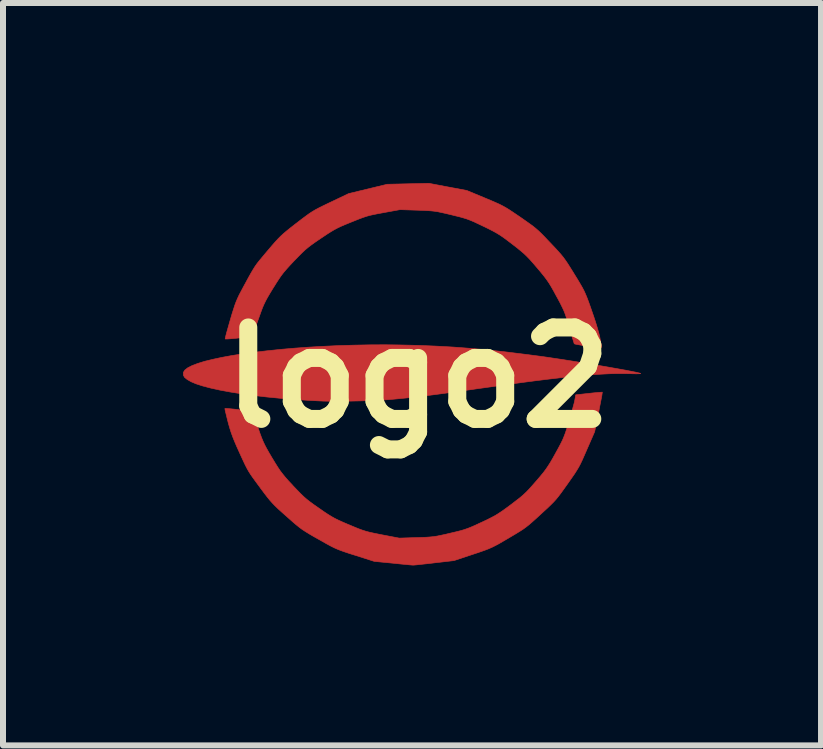
<source format=kicad_pcb>
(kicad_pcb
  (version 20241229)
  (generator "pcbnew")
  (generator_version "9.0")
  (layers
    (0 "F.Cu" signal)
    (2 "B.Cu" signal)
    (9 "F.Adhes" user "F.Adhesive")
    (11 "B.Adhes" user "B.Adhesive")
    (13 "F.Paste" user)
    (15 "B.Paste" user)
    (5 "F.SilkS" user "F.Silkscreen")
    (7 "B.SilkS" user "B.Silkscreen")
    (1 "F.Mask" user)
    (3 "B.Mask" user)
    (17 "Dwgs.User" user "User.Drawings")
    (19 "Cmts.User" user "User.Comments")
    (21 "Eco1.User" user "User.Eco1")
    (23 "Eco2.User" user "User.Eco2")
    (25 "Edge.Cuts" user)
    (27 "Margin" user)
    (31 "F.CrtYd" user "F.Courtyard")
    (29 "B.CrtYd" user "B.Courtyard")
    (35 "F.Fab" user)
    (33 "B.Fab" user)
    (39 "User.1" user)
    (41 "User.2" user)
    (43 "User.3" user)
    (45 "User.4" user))
  (footprint "logo2"
    (layer "F.Cu")
    (at 3.818 3.192)
    (property "Reference" "logo2" (at 0.1 0.05 0) (layer "F.SilkS") (effects (font (size 1.524 1.524) (thickness 0.3))))
    (attr through_hole)
    (fp_poly (pts (xy -0.207 -0.493) (xy 0.098 -0.486) (xy 0.393 -0.474) (xy 0.683 -0.458) (xy 0.974 -0.436) (xy 1.27 -0.409) (xy 1.578 -0.375) (xy 1.902 -0.335) (xy 2.139 -0.304) (xy 2.253 -0.288) (xy 2.379 -0.269) (xy 2.513 -0.249) (xy 2.653 -0.227) (xy 2.796 -0.204) (xy 2.94 -0.18) (xy 3.082 -0.156) (xy 3.219 -0.133) (xy 3.348 -0.11) (xy 3.466 -0.089) (xy 3.572 -0.07) (xy 3.662 -0.052) (xy 3.734 -0.038) (xy 3.784 -0.026) (xy 3.81 -0.018) (xy 3.807 -0.015) (xy 3.781 -0.013) (xy 3.736 -0.012) (xy 3.675 -0.013) (xy 3.642 -0.014) (xy 3.53 -0.016) (xy 3.411 -0.016) (xy 3.285 -0.013) (xy 3.15 -0.006) (xy 3.004 0.003) (xy 2.845 0.016) (xy 2.673 0.032) (xy 2.484 0.052) (xy 2.278 0.076) (xy 2.053 0.104) (xy 1.808 0.136) (xy 1.54 0.173) (xy 1.248 0.214) (xy 1.089 0.236) (xy 0.858 0.269) (xy 0.651 0.298) (xy 0.464 0.323) (xy 0.296 0.345) (xy 0.142 0.364) (xy 0.001 0.38) (xy -0.13 0.394) (xy -0.255 0.406) (xy -0.376 0.417) (xy -0.387 0.418) (xy -0.481 0.424) (xy -0.594 0.43) (xy -0.722 0.435) (xy -0.857 0.439) (xy -0.994 0.442) (xy -1.129 0.445) (xy -1.255 0.446) (xy -1.366 0.445) (xy -1.457 0.443) (xy -1.471 0.443) (xy -1.717 0.431) (xy -1.959 0.415) (xy -2.195 0.396) (xy -2.422 0.374) (xy -2.638 0.349) (xy -2.842 0.321) (xy -3.032 0.291) (xy -3.205 0.259) (xy -3.359 0.225) (xy -3.492 0.19) (xy -3.603 0.154) (xy -3.683 0.12) (xy -3.749 0.082) (xy -3.792 0.047) (xy -3.812 0.011) (xy -3.813 -0.028) (xy -3.812 -0.035) (xy -3.789 -0.073) (xy -3.741 -0.111) (xy -3.669 -0.148) (xy -3.575 -0.184) (xy -3.459 -0.22) (xy -3.324 -0.253) (xy -3.171 -0.286) (xy -3.001 -0.317) (xy -2.816 -0.346) (xy -2.617 -0.373) (xy -2.406 -0.397) (xy -2.183 -0.42) (xy -1.952 -0.44) (xy -1.712 -0.457) (xy -1.465 -0.471) (xy -1.213 -0.483) (xy -0.957 -0.49) (xy -0.699 -0.495) (xy -0.44 -0.496) (xy -0.207 -0.493)) (stroke (width 0.01) (type solid)) (fill yes) (layer "F.Cu"))
    (fp_poly (pts (xy 0.596 -3.127) (xy 0.911 -3.068) (xy 1.217 -2.941) (xy 1.313 -2.901) (xy 1.389 -2.868) (xy 1.452 -2.84) (xy 1.507 -2.812) (xy 1.56 -2.783) (xy 1.615 -2.749) (xy 1.679 -2.707) (xy 1.757 -2.654) (xy 1.8 -2.625) (xy 1.886 -2.565) (xy 1.955 -2.516) (xy 2.012 -2.475) (xy 2.061 -2.435) (xy 2.107 -2.395) (xy 2.155 -2.349) (xy 2.21 -2.293) (xy 2.276 -2.223) (xy 2.304 -2.194) (xy 2.376 -2.118) (xy 2.433 -2.056) (xy 2.48 -2.003) (xy 2.52 -1.954) (xy 2.557 -1.903) (xy 2.595 -1.847) (xy 2.638 -1.779) (xy 2.691 -1.694) (xy 2.706 -1.669) (xy 2.76 -1.582) (xy 2.802 -1.511) (xy 2.836 -1.452) (xy 2.864 -1.399) (xy 2.888 -1.346) (xy 2.912 -1.289) (xy 2.938 -1.221) (xy 2.968 -1.137) (xy 2.993 -1.065) (xy 3.026 -0.97) (xy 3.057 -0.876) (xy 3.084 -0.788) (xy 3.106 -0.711) (xy 3.122 -0.651) (xy 3.128 -0.625) (xy 3.138 -0.568) (xy 3.148 -0.518) (xy 3.155 -0.483) (xy 3.157 -0.475) (xy 3.159 -0.462) (xy 3.156 -0.453) (xy 3.144 -0.448) (xy 3.12 -0.447) (xy 3.081 -0.45) (xy 3.024 -0.458) (xy 2.945 -0.469) (xy 2.898 -0.476) (xy 2.83 -0.487) (xy 2.772 -0.497) (xy 2.729 -0.505) (xy 2.706 -0.511) (xy 2.703 -0.512) (xy 2.698 -0.526) (xy 2.687 -0.562) (xy 2.67 -0.616) (xy 2.65 -0.684) (xy 2.627 -0.762) (xy 2.62 -0.786) (xy 2.594 -0.877) (xy 2.571 -0.95) (xy 2.55 -1.011) (xy 2.528 -1.067) (xy 2.501 -1.124) (xy 2.469 -1.189) (xy 2.427 -1.268) (xy 2.405 -1.307) (xy 2.357 -1.396) (xy 2.316 -1.468) (xy 2.279 -1.528) (xy 2.241 -1.583) (xy 2.199 -1.639) (xy 2.147 -1.703) (xy 2.083 -1.779) (xy 2.017 -1.856) (xy 1.963 -1.917) (xy 1.914 -1.968) (xy 1.865 -2.015) (xy 1.811 -2.061) (xy 1.746 -2.114) (xy 1.671 -2.172) (xy 1.591 -2.233) (xy 1.525 -2.282) (xy 1.468 -2.321) (xy 1.411 -2.356) (xy 1.35 -2.39) (xy 1.278 -2.427) (xy 1.188 -2.471) (xy 1.185 -2.472) (xy 1.097 -2.514) (xy 1.027 -2.547) (xy 0.967 -2.572) (xy 0.911 -2.593) (xy 0.853 -2.611) (xy 0.785 -2.63) (xy 0.702 -2.65) (xy 0.65 -2.663) (xy 0.558 -2.685) (xy 0.485 -2.701) (xy 0.424 -2.714) (xy 0.369 -2.722) (xy 0.313 -2.728) (xy 0.249 -2.732) (xy 0.172 -2.736) (xy 0.085 -2.739) (xy -0.203 -2.748) (xy -0.476 -2.698) (xy -0.569 -2.681) (xy -0.643 -2.666) (xy -0.706 -2.652) (xy -0.763 -2.636) (xy -0.822 -2.616) (xy -0.889 -2.591) (xy -0.971 -2.558) (xy -1.016 -2.54) (xy -1.107 -2.503) (xy -1.18 -2.472) (xy -1.241 -2.443) (xy -1.296 -2.414) (xy -1.352 -2.381) (xy -1.415 -2.341) (xy -1.491 -2.29) (xy -1.527 -2.266) (xy -1.611 -2.209) (xy -1.678 -2.161) (xy -1.733 -2.119) (xy -1.783 -2.077) (xy -1.832 -2.031) (xy -1.887 -1.976) (xy -1.953 -1.908) (xy -1.97 -1.891) (xy -2.039 -1.817) (xy -2.094 -1.756) (xy -2.14 -1.702) (xy -2.18 -1.65) (xy -2.22 -1.592) (xy -2.264 -1.524) (xy -2.317 -1.439) (xy -2.318 -1.438) (xy -2.369 -1.354) (xy -2.409 -1.286) (xy -2.441 -1.227) (xy -2.468 -1.171) (xy -2.494 -1.111) (xy -2.52 -1.041) (xy -2.551 -0.954) (xy -2.562 -0.923) (xy -2.591 -0.843) (xy -2.617 -0.771) (xy -2.639 -0.711) (xy -2.655 -0.668) (xy -2.665 -0.644) (xy -2.667 -0.641) (xy -2.683 -0.637) (xy -2.719 -0.63) (xy -2.772 -0.623) (xy -2.834 -0.615) (xy -2.901 -0.608) (xy -2.967 -0.601) (xy -3.027 -0.596) (xy -3.075 -0.593) (xy -3.106 -0.592) (xy -3.115 -0.594) (xy -3.113 -0.608) (xy -3.105 -0.644) (xy -3.091 -0.699) (xy -3.071 -0.769) (xy -3.048 -0.85) (xy -3.029 -0.916) (xy -3 -1.015) (xy -2.975 -1.093) (xy -2.954 -1.158) (xy -2.933 -1.214) (xy -2.91 -1.268) (xy -2.883 -1.326) (xy -2.848 -1.392) (xy -2.805 -1.473) (xy -2.778 -1.522) (xy -2.729 -1.613) (xy -2.688 -1.686) (xy -2.653 -1.746) (xy -2.62 -1.799) (xy -2.585 -1.849) (xy -2.544 -1.901) (xy -2.494 -1.961) (xy -2.432 -2.035) (xy -2.404 -2.068) (xy -2.336 -2.148) (xy -2.28 -2.212) (xy -2.232 -2.264) (xy -2.187 -2.309) (xy -2.141 -2.351) (xy -2.089 -2.395) (xy -2.027 -2.445) (xy -1.949 -2.506) (xy -1.924 -2.525) (xy -1.841 -2.589) (xy -1.774 -2.639) (xy -1.718 -2.68) (xy -1.666 -2.714) (xy -1.614 -2.745) (xy -1.556 -2.776) (xy -1.488 -2.81) (xy -1.403 -2.851) (xy -1.359 -2.872) (xy -1.057 -3.016) (xy -0.415 -3.171) (xy -0.067 -3.179) (xy 0.28 -3.187) (xy 0.596 -3.127)) (stroke (width 0.01) (type solid)) (fill yes) (layer "F.Cu"))
    (fp_poly (pts (xy 3.17 0.294) (xy 3.168 0.308) (xy 3.163 0.345) (xy 3.153 0.4) (xy 3.139 0.471) (xy 3.123 0.554) (xy 3.109 0.626) (xy 3.043 0.952) (xy 2.911 1.254) (xy 2.87 1.348) (xy 2.836 1.425) (xy 2.806 1.488) (xy 2.777 1.543) (xy 2.745 1.596) (xy 2.709 1.653) (xy 2.664 1.718) (xy 2.608 1.798) (xy 2.589 1.825) (xy 2.529 1.909) (xy 2.48 1.977) (xy 2.438 2.032) (xy 2.399 2.08) (xy 2.358 2.125) (xy 2.311 2.172) (xy 2.255 2.226) (xy 2.185 2.29) (xy 2.146 2.326) (xy 2.068 2.398) (xy 2.005 2.454) (xy 1.952 2.5) (xy 1.903 2.539) (xy 1.854 2.575) (xy 1.8 2.61) (xy 1.735 2.65) (xy 1.656 2.697) (xy 1.609 2.725) (xy 1.52 2.777) (xy 1.448 2.819) (xy 1.388 2.851) (xy 1.334 2.878) (xy 1.28 2.902) (xy 1.221 2.925) (xy 1.151 2.95) (xy 1.065 2.979) (xy 1.011 2.997) (xy 0.698 3.101) (xy 0.369 3.139) (xy 0.277 3.15) (xy 0.193 3.159) (xy 0.12 3.167) (xy 0.063 3.173) (xy 0.026 3.176) (xy 0.013 3.176) (xy -0.007 3.175) (xy -0.051 3.171) (xy -0.112 3.165) (xy -0.187 3.158) (xy -0.273 3.149) (xy -0.322 3.144) (xy -0.63 3.114) (xy -0.947 3.013) (xy -1.046 2.982) (xy -1.124 2.956) (xy -1.189 2.933) (xy -1.245 2.911) (xy -1.299 2.887) (xy -1.355 2.859) (xy -1.42 2.824) (xy -1.499 2.779) (xy -1.554 2.748) (xy -1.645 2.697) (xy -1.718 2.654) (xy -1.778 2.617) (xy -1.83 2.583) (xy -1.88 2.546) (xy -1.932 2.504) (xy -1.992 2.453) (xy -2.064 2.389) (xy -2.092 2.364) (xy -2.17 2.295) (xy -2.233 2.238) (xy -2.284 2.189) (xy -2.328 2.143) (xy -2.37 2.096) (xy -2.414 2.042) (xy -2.464 1.977) (xy -2.524 1.897) (xy -2.538 1.877) (xy -2.6 1.793) (xy -2.649 1.726) (xy -2.689 1.669) (xy -2.722 1.617) (xy -2.751 1.566) (xy -2.781 1.508) (xy -2.813 1.44) (xy -2.852 1.356) (xy -2.875 1.305) (xy -2.923 1.199) (xy -2.961 1.11) (xy -2.991 1.035) (xy -3.016 0.966) (xy -3.038 0.897) (xy -3.059 0.824) (xy -3.069 0.786) (xy -3.087 0.714) (xy -3.102 0.652) (xy -3.114 0.604) (xy -3.119 0.574) (xy -3.12 0.566) (xy -3.104 0.565) (xy -3.067 0.567) (xy -3.015 0.572) (xy -2.952 0.578) (xy -2.885 0.586) (xy -2.819 0.594) (xy -2.758 0.602) (xy -2.709 0.609) (xy -2.678 0.615) (xy -2.668 0.619) (xy -2.66 0.635) (xy -2.645 0.672) (xy -2.624 0.727) (xy -2.6 0.795) (xy -2.572 0.872) (xy -2.566 0.891) (xy -2.535 0.981) (xy -2.508 1.054) (xy -2.482 1.116) (xy -2.455 1.174) (xy -2.424 1.233) (xy -2.385 1.302) (xy -2.335 1.387) (xy -2.33 1.395) (xy -2.278 1.481) (xy -2.235 1.549) (xy -2.196 1.607) (xy -2.156 1.659) (xy -2.112 1.713) (xy -2.059 1.773) (xy -1.991 1.845) (xy -1.984 1.854) (xy -1.914 1.927) (xy -1.857 1.986) (xy -1.806 2.035) (xy -1.757 2.078) (xy -1.703 2.12) (xy -1.639 2.167) (xy -1.559 2.223) (xy -1.549 2.23) (xy -1.467 2.287) (xy -1.399 2.332) (xy -1.34 2.368) (xy -1.283 2.4) (xy -1.221 2.43) (xy -1.148 2.463) (xy -1.057 2.502) (xy -1.051 2.504) (xy -0.963 2.541) (xy -0.892 2.57) (xy -0.832 2.592) (xy -0.776 2.61) (xy -0.717 2.626) (xy -0.65 2.641) (xy -0.567 2.658) (xy -0.502 2.671) (xy -0.214 2.726) (xy 0.073 2.717) (xy 0.17 2.714) (xy 0.246 2.711) (xy 0.309 2.706) (xy 0.366 2.7) (xy 0.423 2.691) (xy 0.486 2.678) (xy 0.564 2.661) (xy 0.635 2.644) (xy 0.729 2.622) (xy 0.805 2.603) (xy 0.867 2.585) (xy 0.925 2.565) (xy 0.983 2.542) (xy 1.05 2.513) (xy 1.131 2.475) (xy 1.164 2.46) (xy 1.253 2.418) (xy 1.324 2.382) (xy 1.386 2.349) (xy 1.442 2.314) (xy 1.501 2.275) (xy 1.568 2.227) (xy 1.649 2.167) (xy 1.652 2.165) (xy 1.732 2.103) (xy 1.797 2.053) (xy 1.85 2.008) (xy 1.898 1.963) (xy 1.945 1.915) (xy 1.997 1.857) (xy 2.06 1.785) (xy 2.069 1.775) (xy 2.134 1.699) (xy 2.186 1.636) (xy 2.229 1.579) (xy 2.267 1.523) (xy 2.306 1.461) (xy 2.349 1.387) (xy 2.391 1.311) (xy 2.439 1.224) (xy 2.476 1.154) (xy 2.506 1.094) (xy 2.53 1.037) (xy 2.553 0.977) (xy 2.576 0.907) (xy 2.603 0.821) (xy 2.612 0.79) (xy 2.638 0.703) (xy 2.662 0.618) (xy 2.683 0.541) (xy 2.7 0.478) (xy 2.71 0.434) (xy 2.711 0.43) (xy 2.727 0.338) (xy 2.946 0.314) (xy 3.019 0.306) (xy 3.083 0.3) (xy 3.132 0.296) (xy 3.162 0.294) (xy 3.17 0.294)) (stroke (width 0.01) (type solid)) (fill yes) (layer "F.Cu"))
    (fp_poly (pts (xy -0.207 -0.493) (xy 0.098 -0.486) (xy 0.393 -0.474) (xy 0.683 -0.458) (xy 0.974 -0.436) (xy 1.27 -0.409) (xy 1.578 -0.375) (xy 1.902 -0.335) (xy 2.139 -0.304) (xy 2.253 -0.288) (xy 2.379 -0.269) (xy 2.513 -0.249) (xy 2.653 -0.227) (xy 2.796 -0.204) (xy 2.94 -0.18) (xy 3.082 -0.156) (xy 3.219 -0.133) (xy 3.348 -0.11) (xy 3.466 -0.089) (xy 3.572 -0.07) (xy 3.662 -0.052) (xy 3.734 -0.038) (xy 3.784 -0.026) (xy 3.81 -0.018) (xy 3.807 -0.015) (xy 3.781 -0.013) (xy 3.736 -0.012) (xy 3.675 -0.013) (xy 3.642 -0.014) (xy 3.53 -0.016) (xy 3.411 -0.016) (xy 3.285 -0.013) (xy 3.15 -0.006) (xy 3.004 0.003) (xy 2.845 0.016) (xy 2.673 0.032) (xy 2.484 0.052) (xy 2.278 0.076) (xy 2.053 0.104) (xy 1.808 0.136) (xy 1.54 0.173) (xy 1.248 0.214) (xy 1.089 0.236) (xy 0.858 0.269) (xy 0.651 0.298) (xy 0.464 0.323) (xy 0.296 0.345) (xy 0.142 0.364) (xy 0.001 0.38) (xy -0.13 0.394) (xy -0.255 0.406) (xy -0.376 0.417) (xy -0.387 0.418) (xy -0.481 0.424) (xy -0.594 0.43) (xy -0.722 0.435) (xy -0.857 0.439) (xy -0.994 0.442) (xy -1.129 0.445) (xy -1.255 0.446) (xy -1.366 0.445) (xy -1.457 0.443) (xy -1.471 0.443) (xy -1.717 0.431) (xy -1.959 0.415) (xy -2.195 0.396) (xy -2.422 0.374) (xy -2.638 0.349) (xy -2.842 0.321) (xy -3.032 0.291) (xy -3.205 0.259) (xy -3.359 0.225) (xy -3.492 0.19) (xy -3.603 0.154) (xy -3.683 0.12) (xy -3.749 0.082) (xy -3.792 0.047) (xy -3.812 0.011) (xy -3.813 -0.028) (xy -3.812 -0.035) (xy -3.789 -0.073) (xy -3.741 -0.111) (xy -3.669 -0.148) (xy -3.575 -0.184) (xy -3.459 -0.22) (xy -3.324 -0.253) (xy -3.171 -0.286) (xy -3.001 -0.317) (xy -2.816 -0.346) (xy -2.617 -0.373) (xy -2.406 -0.397) (xy -2.183 -0.42) (xy -1.952 -0.44) (xy -1.712 -0.457) (xy -1.465 -0.471) (xy -1.213 -0.483) (xy -0.957 -0.49) (xy -0.699 -0.495) (xy -0.44 -0.496) (xy -0.207 -0.493)) (stroke (width 0.01) (type solid)) (fill yes) (layer "F.Mask"))
    (fp_poly (pts (xy 0.596 -3.127) (xy 0.911 -3.068) (xy 1.217 -2.941) (xy 1.313 -2.901) (xy 1.389 -2.868) (xy 1.452 -2.84) (xy 1.507 -2.812) (xy 1.56 -2.783) (xy 1.615 -2.749) (xy 1.679 -2.707) (xy 1.757 -2.654) (xy 1.8 -2.625) (xy 1.886 -2.565) (xy 1.955 -2.516) (xy 2.012 -2.475) (xy 2.061 -2.435) (xy 2.107 -2.395) (xy 2.155 -2.349) (xy 2.21 -2.293) (xy 2.276 -2.223) (xy 2.304 -2.194) (xy 2.376 -2.118) (xy 2.433 -2.056) (xy 2.48 -2.003) (xy 2.52 -1.954) (xy 2.557 -1.903) (xy 2.595 -1.847) (xy 2.638 -1.779) (xy 2.691 -1.694) (xy 2.706 -1.669) (xy 2.76 -1.582) (xy 2.802 -1.511) (xy 2.836 -1.452) (xy 2.864 -1.399) (xy 2.888 -1.346) (xy 2.912 -1.289) (xy 2.938 -1.221) (xy 2.968 -1.137) (xy 2.993 -1.065) (xy 3.026 -0.97) (xy 3.057 -0.876) (xy 3.084 -0.788) (xy 3.106 -0.711) (xy 3.122 -0.651) (xy 3.128 -0.625) (xy 3.138 -0.568) (xy 3.148 -0.518) (xy 3.155 -0.483) (xy 3.157 -0.475) (xy 3.159 -0.462) (xy 3.156 -0.453) (xy 3.144 -0.448) (xy 3.12 -0.447) (xy 3.081 -0.45) (xy 3.024 -0.458) (xy 2.945 -0.469) (xy 2.898 -0.476) (xy 2.83 -0.487) (xy 2.772 -0.497) (xy 2.729 -0.505) (xy 2.706 -0.511) (xy 2.703 -0.512) (xy 2.698 -0.526) (xy 2.687 -0.562) (xy 2.67 -0.616) (xy 2.65 -0.684) (xy 2.627 -0.762) (xy 2.62 -0.786) (xy 2.594 -0.877) (xy 2.571 -0.95) (xy 2.55 -1.011) (xy 2.528 -1.067) (xy 2.501 -1.124) (xy 2.469 -1.189) (xy 2.427 -1.268) (xy 2.405 -1.307) (xy 2.357 -1.396) (xy 2.316 -1.468) (xy 2.279 -1.528) (xy 2.241 -1.583) (xy 2.199 -1.639) (xy 2.147 -1.703) (xy 2.083 -1.779) (xy 2.017 -1.856) (xy 1.963 -1.917) (xy 1.914 -1.968) (xy 1.865 -2.015) (xy 1.811 -2.061) (xy 1.746 -2.114) (xy 1.671 -2.172) (xy 1.591 -2.233) (xy 1.525 -2.282) (xy 1.468 -2.321) (xy 1.411 -2.356) (xy 1.35 -2.39) (xy 1.278 -2.427) (xy 1.188 -2.471) (xy 1.185 -2.472) (xy 1.097 -2.514) (xy 1.027 -2.547) (xy 0.967 -2.572) (xy 0.911 -2.593) (xy 0.853 -2.611) (xy 0.785 -2.63) (xy 0.702 -2.65) (xy 0.65 -2.663) (xy 0.558 -2.685) (xy 0.485 -2.701) (xy 0.424 -2.714) (xy 0.369 -2.722) (xy 0.313 -2.728) (xy 0.249 -2.732) (xy 0.172 -2.736) (xy 0.085 -2.739) (xy -0.203 -2.748) (xy -0.476 -2.698) (xy -0.569 -2.681) (xy -0.643 -2.666) (xy -0.706 -2.652) (xy -0.763 -2.636) (xy -0.822 -2.616) (xy -0.889 -2.591) (xy -0.971 -2.558) (xy -1.016 -2.54) (xy -1.107 -2.503) (xy -1.18 -2.472) (xy -1.241 -2.443) (xy -1.296 -2.414) (xy -1.352 -2.381) (xy -1.415 -2.341) (xy -1.491 -2.29) (xy -1.527 -2.266) (xy -1.611 -2.209) (xy -1.678 -2.161) (xy -1.733 -2.119) (xy -1.783 -2.077) (xy -1.832 -2.031) (xy -1.887 -1.976) (xy -1.953 -1.908) (xy -1.97 -1.891) (xy -2.039 -1.817) (xy -2.094 -1.756) (xy -2.14 -1.702) (xy -2.18 -1.65) (xy -2.22 -1.592) (xy -2.264 -1.524) (xy -2.317 -1.439) (xy -2.318 -1.438) (xy -2.369 -1.354) (xy -2.409 -1.286) (xy -2.441 -1.227) (xy -2.468 -1.171) (xy -2.494 -1.111) (xy -2.52 -1.041) (xy -2.551 -0.954) (xy -2.562 -0.923) (xy -2.591 -0.843) (xy -2.617 -0.771) (xy -2.639 -0.711) (xy -2.655 -0.668) (xy -2.665 -0.644) (xy -2.667 -0.641) (xy -2.683 -0.637) (xy -2.719 -0.63) (xy -2.772 -0.623) (xy -2.834 -0.615) (xy -2.901 -0.608) (xy -2.967 -0.601) (xy -3.027 -0.596) (xy -3.075 -0.593) (xy -3.106 -0.592) (xy -3.115 -0.594) (xy -3.113 -0.608) (xy -3.105 -0.644) (xy -3.091 -0.699) (xy -3.071 -0.769) (xy -3.048 -0.85) (xy -3.029 -0.916) (xy -3 -1.015) (xy -2.975 -1.093) (xy -2.954 -1.158) (xy -2.933 -1.214) (xy -2.91 -1.268) (xy -2.883 -1.326) (xy -2.848 -1.392) (xy -2.805 -1.473) (xy -2.778 -1.522) (xy -2.729 -1.613) (xy -2.688 -1.686) (xy -2.653 -1.746) (xy -2.62 -1.799) (xy -2.585 -1.849) (xy -2.544 -1.901) (xy -2.494 -1.961) (xy -2.432 -2.035) (xy -2.404 -2.068) (xy -2.336 -2.148) (xy -2.28 -2.212) (xy -2.232 -2.264) (xy -2.187 -2.309) (xy -2.141 -2.351) (xy -2.089 -2.395) (xy -2.027 -2.445) (xy -1.949 -2.506) (xy -1.924 -2.525) (xy -1.841 -2.589) (xy -1.774 -2.639) (xy -1.718 -2.68) (xy -1.666 -2.714) (xy -1.614 -2.745) (xy -1.556 -2.776) (xy -1.488 -2.81) (xy -1.403 -2.851) (xy -1.359 -2.872) (xy -1.057 -3.016) (xy -0.415 -3.171) (xy -0.067 -3.179) (xy 0.28 -3.187) (xy 0.596 -3.127)) (stroke (width 0.01) (type solid)) (fill yes) (layer "F.Mask"))
    (fp_poly (pts (xy 3.17 0.294) (xy 3.168 0.308) (xy 3.163 0.345) (xy 3.153 0.4) (xy 3.139 0.471) (xy 3.123 0.554) (xy 3.109 0.626) (xy 3.043 0.952) (xy 2.911 1.254) (xy 2.87 1.348) (xy 2.836 1.425) (xy 2.806 1.488) (xy 2.777 1.543) (xy 2.745 1.596) (xy 2.709 1.653) (xy 2.664 1.718) (xy 2.608 1.798) (xy 2.589 1.825) (xy 2.529 1.909) (xy 2.48 1.977) (xy 2.438 2.032) (xy 2.399 2.08) (xy 2.358 2.125) (xy 2.311 2.172) (xy 2.255 2.226) (xy 2.185 2.29) (xy 2.146 2.326) (xy 2.068 2.398) (xy 2.005 2.454) (xy 1.952 2.5) (xy 1.903 2.539) (xy 1.854 2.575) (xy 1.8 2.61) (xy 1.735 2.65) (xy 1.656 2.697) (xy 1.609 2.725) (xy 1.52 2.777) (xy 1.448 2.819) (xy 1.388 2.851) (xy 1.334 2.878) (xy 1.28 2.902) (xy 1.221 2.925) (xy 1.151 2.95) (xy 1.065 2.979) (xy 1.011 2.997) (xy 0.698 3.101) (xy 0.369 3.139) (xy 0.277 3.15) (xy 0.193 3.159) (xy 0.12 3.167) (xy 0.063 3.173) (xy 0.026 3.176) (xy 0.013 3.176) (xy -0.007 3.175) (xy -0.051 3.171) (xy -0.112 3.165) (xy -0.187 3.158) (xy -0.273 3.149) (xy -0.322 3.144) (xy -0.63 3.114) (xy -0.947 3.013) (xy -1.046 2.982) (xy -1.124 2.956) (xy -1.189 2.933) (xy -1.245 2.911) (xy -1.299 2.887) (xy -1.355 2.859) (xy -1.42 2.824) (xy -1.499 2.779) (xy -1.554 2.748) (xy -1.645 2.697) (xy -1.718 2.654) (xy -1.778 2.617) (xy -1.83 2.583) (xy -1.88 2.546) (xy -1.932 2.504) (xy -1.992 2.453) (xy -2.064 2.389) (xy -2.092 2.364) (xy -2.17 2.295) (xy -2.233 2.238) (xy -2.284 2.189) (xy -2.328 2.143) (xy -2.37 2.096) (xy -2.414 2.042) (xy -2.464 1.977) (xy -2.524 1.897) (xy -2.538 1.877) (xy -2.6 1.793) (xy -2.649 1.726) (xy -2.689 1.669) (xy -2.722 1.617) (xy -2.751 1.566) (xy -2.781 1.508) (xy -2.813 1.44) (xy -2.852 1.356) (xy -2.875 1.305) (xy -2.923 1.199) (xy -2.961 1.11) (xy -2.991 1.035) (xy -3.016 0.966) (xy -3.038 0.897) (xy -3.059 0.824) (xy -3.069 0.786) (xy -3.087 0.714) (xy -3.102 0.652) (xy -3.114 0.604) (xy -3.119 0.574) (xy -3.12 0.566) (xy -3.104 0.565) (xy -3.067 0.567) (xy -3.015 0.572) (xy -2.952 0.578) (xy -2.885 0.586) (xy -2.819 0.594) (xy -2.758 0.602) (xy -2.709 0.609) (xy -2.678 0.615) (xy -2.668 0.619) (xy -2.66 0.635) (xy -2.645 0.672) (xy -2.624 0.727) (xy -2.6 0.795) (xy -2.572 0.872) (xy -2.566 0.891) (xy -2.535 0.981) (xy -2.508 1.054) (xy -2.482 1.116) (xy -2.455 1.174) (xy -2.424 1.233) (xy -2.385 1.302) (xy -2.335 1.387) (xy -2.33 1.395) (xy -2.278 1.481) (xy -2.235 1.549) (xy -2.196 1.607) (xy -2.156 1.659) (xy -2.112 1.713) (xy -2.059 1.773) (xy -1.991 1.845) (xy -1.984 1.854) (xy -1.914 1.927) (xy -1.857 1.986) (xy -1.806 2.035) (xy -1.757 2.078) (xy -1.703 2.12) (xy -1.639 2.167) (xy -1.559 2.223) (xy -1.549 2.23) (xy -1.467 2.287) (xy -1.399 2.332) (xy -1.34 2.368) (xy -1.283 2.4) (xy -1.221 2.43) (xy -1.148 2.463) (xy -1.057 2.502) (xy -1.051 2.504) (xy -0.963 2.541) (xy -0.892 2.57) (xy -0.832 2.592) (xy -0.776 2.61) (xy -0.717 2.626) (xy -0.65 2.641) (xy -0.567 2.658) (xy -0.502 2.671) (xy -0.214 2.726) (xy 0.073 2.717) (xy 0.17 2.714) (xy 0.246 2.711) (xy 0.309 2.706) (xy 0.366 2.7) (xy 0.423 2.691) (xy 0.486 2.678) (xy 0.564 2.661) (xy 0.635 2.644) (xy 0.729 2.622) (xy 0.805 2.603) (xy 0.867 2.585) (xy 0.925 2.565) (xy 0.983 2.542) (xy 1.05 2.513) (xy 1.131 2.475) (xy 1.164 2.46) (xy 1.253 2.418) (xy 1.324 2.382) (xy 1.386 2.349) (xy 1.442 2.314) (xy 1.501 2.275) (xy 1.568 2.227) (xy 1.649 2.167) (xy 1.652 2.165) (xy 1.732 2.103) (xy 1.797 2.053) (xy 1.85 2.008) (xy 1.898 1.963) (xy 1.945 1.915) (xy 1.997 1.857) (xy 2.06 1.785) (xy 2.069 1.775) (xy 2.134 1.699) (xy 2.186 1.636) (xy 2.229 1.579) (xy 2.267 1.523) (xy 2.306 1.461) (xy 2.349 1.387) (xy 2.391 1.311) (xy 2.439 1.224) (xy 2.476 1.154) (xy 2.506 1.094) (xy 2.53 1.037) (xy 2.553 0.977) (xy 2.576 0.907) (xy 2.603 0.821) (xy 2.612 0.79) (xy 2.638 0.703) (xy 2.662 0.618) (xy 2.683 0.541) (xy 2.7 0.478) (xy 2.71 0.434) (xy 2.711 0.43) (xy 2.727 0.338) (xy 2.946 0.314) (xy 3.019 0.306) (xy 3.083 0.3) (xy 3.132 0.296) (xy 3.162 0.294) (xy 3.17 0.294)) (stroke (width 0.01) (type solid)) (fill yes) (layer "F.Mask")))
  (gr_rect
    (start -3 -3)
    (end 10.633 9.373)
    (stroke (width 0.1) (type default))
    (fill no)
    (layer "Edge.Cuts")))
</source>
